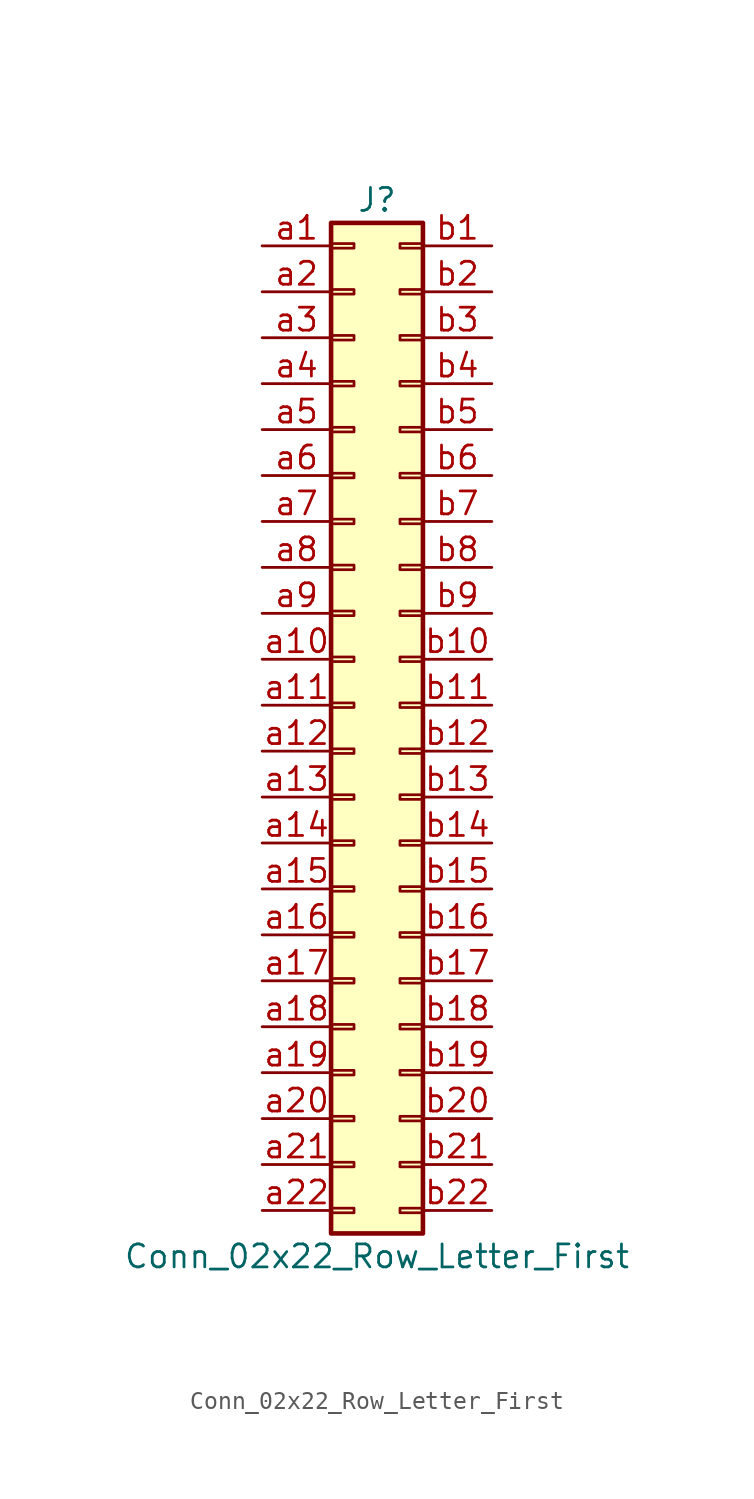
<source format=kicad_sym>
(kicad_symbol_lib
  (version 20211014)
  (generator kicad_symbol_editor)
  (symbol "Conn_02x22_Row_Letter_First"
    (pin_names
      (offset 1.016) hide)
    (property "Reference" "J"
      (at 1.27 27.94 0)
      (effects (font (size 1.27 1.27))))
    (property "Value" "Conn_02x22_Row_Letter_First"
      (at 1.27 -30.48 0)
      (effects (font (size 1.27 1.27))))
    (symbol "Conn_02x22_Row_Letter_First_1_1"
      (rectangle (start -1.27 -27.813) (end 0 -28.067) (stroke (width 0.152) (type default) (color 0 0 0 0)) (fill (type none)))
      (rectangle (start -1.27 -25.273) (end 0 -25.527) (stroke (width 0.152) (type default) (color 0 0 0 0)) (fill (type none)))
      (rectangle (start -1.27 -22.733) (end 0 -22.987) (stroke (width 0.152) (type default) (color 0 0 0 0)) (fill (type none)))
      (rectangle (start -1.27 -20.193) (end 0 -20.447) (stroke (width 0.152) (type default) (color 0 0 0 0)) (fill (type none)))
      (rectangle (start -1.27 -17.653) (end 0 -17.907) (stroke (width 0.152) (type default) (color 0 0 0 0)) (fill (type none)))
      (rectangle (start -1.27 -15.113) (end 0 -15.367) (stroke (width 0.152) (type default) (color 0 0 0 0)) (fill (type none)))
      (rectangle (start -1.27 -12.573) (end 0 -12.827) (stroke (width 0.152) (type default) (color 0 0 0 0)) (fill (type none)))
      (rectangle (start -1.27 -10.033) (end 0 -10.287) (stroke (width 0.152) (type default) (color 0 0 0 0)) (fill (type none)))
      (rectangle (start -1.27 -7.493) (end 0 -7.747) (stroke (width 0.152) (type default) (color 0 0 0 0)) (fill (type none)))
      (rectangle (start -1.27 -4.953) (end 0 -5.207) (stroke (width 0.152) (type default) (color 0 0 0 0)) (fill (type none)))
      (rectangle (start -1.27 -2.413) (end 0 -2.667) (stroke (width 0.152) (type default) (color 0 0 0 0)) (fill (type none)))
      (rectangle (start -1.27 0.127) (end 0 -0.127) (stroke (width 0.152) (type default) (color 0 0 0 0)) (fill (type none)))
      (rectangle (start -1.27 2.667) (end 0 2.413) (stroke (width 0.152) (type default) (color 0 0 0 0)) (fill (type none)))
      (rectangle (start -1.27 5.207) (end 0 4.953) (stroke (width 0.152) (type default) (color 0 0 0 0)) (fill (type none)))
      (rectangle (start -1.27 7.747) (end 0 7.493) (stroke (width 0.152) (type default) (color 0 0 0 0)) (fill (type none)))
      (rectangle (start -1.27 10.287) (end 0 10.033) (stroke (width 0.152) (type default) (color 0 0 0 0)) (fill (type none)))
      (rectangle (start -1.27 12.827) (end 0 12.573) (stroke (width 0.152) (type default) (color 0 0 0 0)) (fill (type none)))
      (rectangle (start -1.27 15.367) (end 0 15.113) (stroke (width 0.152) (type default) (color 0 0 0 0)) (fill (type none)))
      (rectangle (start -1.27 17.907) (end 0 17.653) (stroke (width 0.152) (type default) (color 0 0 0 0)) (fill (type none)))
      (rectangle (start -1.27 20.447) (end 0 20.193) (stroke (width 0.152) (type default) (color 0 0 0 0)) (fill (type none)))
      (rectangle (start -1.27 22.987) (end 0 22.733) (stroke (width 0.152) (type default) (color 0 0 0 0)) (fill (type none)))
      (rectangle (start -1.27 25.527) (end 0 25.273) (stroke (width 0.152) (type default) (color 0 0 0 0)) (fill (type none)))
      (rectangle (start -1.27 26.67) (end 3.81 -29.21) (stroke (width 0.254) (type default) (color 0 0 0 0)) (fill (type background)))
      (rectangle (start 3.81 -27.813) (end 2.54 -28.067) (stroke (width 0.152) (type default) (color 0 0 0 0)) (fill (type none)))
      (rectangle (start 3.81 -25.273) (end 2.54 -25.527) (stroke (width 0.152) (type default) (color 0 0 0 0)) (fill (type none)))
      (rectangle (start 3.81 -22.733) (end 2.54 -22.987) (stroke (width 0.152) (type default) (color 0 0 0 0)) (fill (type none)))
      (rectangle (start 3.81 -20.193) (end 2.54 -20.447) (stroke (width 0.152) (type default) (color 0 0 0 0)) (fill (type none)))
      (rectangle (start 3.81 -17.653) (end 2.54 -17.907) (stroke (width 0.152) (type default) (color 0 0 0 0)) (fill (type none)))
      (rectangle (start 3.81 -15.113) (end 2.54 -15.367) (stroke (width 0.152) (type default) (color 0 0 0 0)) (fill (type none)))
      (rectangle (start 3.81 -12.573) (end 2.54 -12.827) (stroke (width 0.152) (type default) (color 0 0 0 0)) (fill (type none)))
      (rectangle (start 3.81 -10.033) (end 2.54 -10.287) (stroke (width 0.152) (type default) (color 0 0 0 0)) (fill (type none)))
      (rectangle (start 3.81 -7.493) (end 2.54 -7.747) (stroke (width 0.152) (type default) (color 0 0 0 0)) (fill (type none)))
      (rectangle (start 3.81 -4.953) (end 2.54 -5.207) (stroke (width 0.152) (type default) (color 0 0 0 0)) (fill (type none)))
      (rectangle (start 3.81 -2.413) (end 2.54 -2.667) (stroke (width 0.152) (type default) (color 0 0 0 0)) (fill (type none)))
      (rectangle (start 3.81 0.127) (end 2.54 -0.127) (stroke (width 0.152) (type default) (color 0 0 0 0)) (fill (type none)))
      (rectangle (start 3.81 2.667) (end 2.54 2.413) (stroke (width 0.152) (type default) (color 0 0 0 0)) (fill (type none)))
      (rectangle (start 3.81 5.207) (end 2.54 4.953) (stroke (width 0.152) (type default) (color 0 0 0 0)) (fill (type none)))
      (rectangle (start 3.81 7.747) (end 2.54 7.493) (stroke (width 0.152) (type default) (color 0 0 0 0)) (fill (type none)))
      (rectangle (start 3.81 10.287) (end 2.54 10.033) (stroke (width 0.152) (type default) (color 0 0 0 0)) (fill (type none)))
      (rectangle (start 3.81 12.827) (end 2.54 12.573) (stroke (width 0.152) (type default) (color 0 0 0 0)) (fill (type none)))
      (rectangle (start 3.81 15.367) (end 2.54 15.113) (stroke (width 0.152) (type default) (color 0 0 0 0)) (fill (type none)))
      (rectangle (start 3.81 17.907) (end 2.54 17.653) (stroke (width 0.152) (type default) (color 0 0 0 0)) (fill (type none)))
      (rectangle (start 3.81 20.447) (end 2.54 20.193) (stroke (width 0.152) (type default) (color 0 0 0 0)) (fill (type none)))
      (rectangle (start 3.81 22.987) (end 2.54 22.733) (stroke (width 0.152) (type default) (color 0 0 0 0)) (fill (type none)))
      (rectangle (start 3.81 25.527) (end 2.54 25.273) (stroke (width 0.152) (type default) (color 0 0 0 0)) (fill (type none)))
      (pin passive line (at -5.08 25.4 0) (length 3.81) (name "Pin_a1" (effects (font (size 1.27 1.27)))) (number "a1" (effects (font (size 1.27 1.27)))))
      (pin passive line (at -5.08 2.54 0) (length 3.81) (name "Pin_a10" (effects (font (size 1.27 1.27)))) (number "a10" (effects (font (size 1.27 1.27)))))
      (pin passive line (at -5.08 0 0) (length 3.81) (name "Pin_a11" (effects (font (size 1.27 1.27)))) (number "a11" (effects (font (size 1.27 1.27)))))
      (pin passive line (at -5.08 -2.54 0) (length 3.81) (name "Pin_a12" (effects (font (size 1.27 1.27)))) (number "a12" (effects (font (size 1.27 1.27)))))
      (pin passive line (at -5.08 -5.08 0) (length 3.81) (name "Pin_a13" (effects (font (size 1.27 1.27)))) (number "a13" (effects (font (size 1.27 1.27)))))
      (pin passive line (at -5.08 -7.62 0) (length 3.81) (name "Pin_a14" (effects (font (size 1.27 1.27)))) (number "a14" (effects (font (size 1.27 1.27)))))
      (pin passive line (at -5.08 -10.16 0) (length 3.81) (name "Pin_a15" (effects (font (size 1.27 1.27)))) (number "a15" (effects (font (size 1.27 1.27)))))
      (pin passive line (at -5.08 -12.7 0) (length 3.81) (name "Pin_a16" (effects (font (size 1.27 1.27)))) (number "a16" (effects (font (size 1.27 1.27)))))
      (pin passive line (at -5.08 -15.24 0) (length 3.81) (name "Pin_a17" (effects (font (size 1.27 1.27)))) (number "a17" (effects (font (size 1.27 1.27)))))
      (pin passive line (at -5.08 -17.78 0) (length 3.81) (name "Pin_a18" (effects (font (size 1.27 1.27)))) (number "a18" (effects (font (size 1.27 1.27)))))
      (pin passive line (at -5.08 -20.32 0) (length 3.81) (name "Pin_a19" (effects (font (size 1.27 1.27)))) (number "a19" (effects (font (size 1.27 1.27)))))
      (pin passive line (at -5.08 22.86 0) (length 3.81) (name "Pin_a2" (effects (font (size 1.27 1.27)))) (number "a2" (effects (font (size 1.27 1.27)))))
      (pin passive line (at -5.08 -22.86 0) (length 3.81) (name "Pin_a20" (effects (font (size 1.27 1.27)))) (number "a20" (effects (font (size 1.27 1.27)))))
      (pin passive line (at -5.08 -25.4 0) (length 3.81) (name "Pin_a21" (effects (font (size 1.27 1.27)))) (number "a21" (effects (font (size 1.27 1.27)))))
      (pin passive line (at -5.08 -27.94 0) (length 3.81) (name "Pin_a22" (effects (font (size 1.27 1.27)))) (number "a22" (effects (font (size 1.27 1.27)))))
      (pin passive line (at -5.08 20.32 0) (length 3.81) (name "Pin_a3" (effects (font (size 1.27 1.27)))) (number "a3" (effects (font (size 1.27 1.27)))))
      (pin passive line (at -5.08 17.78 0) (length 3.81) (name "Pin_a4" (effects (font (size 1.27 1.27)))) (number "a4" (effects (font (size 1.27 1.27)))))
      (pin passive line (at -5.08 15.24 0) (length 3.81) (name "Pin_a5" (effects (font (size 1.27 1.27)))) (number "a5" (effects (font (size 1.27 1.27)))))
      (pin passive line (at -5.08 12.7 0) (length 3.81) (name "Pin_a6" (effects (font (size 1.27 1.27)))) (number "a6" (effects (font (size 1.27 1.27)))))
      (pin passive line (at -5.08 10.16 0) (length 3.81) (name "Pin_a7" (effects (font (size 1.27 1.27)))) (number "a7" (effects (font (size 1.27 1.27)))))
      (pin passive line (at -5.08 7.62 0) (length 3.81) (name "Pin_a8" (effects (font (size 1.27 1.27)))) (number "a8" (effects (font (size 1.27 1.27)))))
      (pin passive line (at -5.08 5.08 0) (length 3.81) (name "Pin_a9" (effects (font (size 1.27 1.27)))) (number "a9" (effects (font (size 1.27 1.27)))))
      (pin passive line (at 7.62 25.4 180) (length 3.81) (name "Pin_b1" (effects (font (size 1.27 1.27)))) (number "b1" (effects (font (size 1.27 1.27)))))
      (pin passive line (at 7.62 2.54 180) (length 3.81) (name "Pin_b10" (effects (font (size 1.27 1.27)))) (number "b10" (effects (font (size 1.27 1.27)))))
      (pin passive line (at 7.62 0 180) (length 3.81) (name "Pin_b11" (effects (font (size 1.27 1.27)))) (number "b11" (effects (font (size 1.27 1.27)))))
      (pin passive line (at 7.62 -2.54 180) (length 3.81) (name "Pin_b12" (effects (font (size 1.27 1.27)))) (number "b12" (effects (font (size 1.27 1.27)))))
      (pin passive line (at 7.62 -5.08 180) (length 3.81) (name "Pin_b13" (effects (font (size 1.27 1.27)))) (number "b13" (effects (font (size 1.27 1.27)))))
      (pin passive line (at 7.62 -7.62 180) (length 3.81) (name "Pin_b14" (effects (font (size 1.27 1.27)))) (number "b14" (effects (font (size 1.27 1.27)))))
      (pin passive line (at 7.62 -10.16 180) (length 3.81) (name "Pin_b15" (effects (font (size 1.27 1.27)))) (number "b15" (effects (font (size 1.27 1.27)))))
      (pin passive line (at 7.62 -12.7 180) (length 3.81) (name "Pin_b16" (effects (font (size 1.27 1.27)))) (number "b16" (effects (font (size 1.27 1.27)))))
      (pin passive line (at 7.62 -15.24 180) (length 3.81) (name "Pin_b17" (effects (font (size 1.27 1.27)))) (number "b17" (effects (font (size 1.27 1.27)))))
      (pin passive line (at 7.62 -17.78 180) (length 3.81) (name "Pin_b18" (effects (font (size 1.27 1.27)))) (number "b18" (effects (font (size 1.27 1.27)))))
      (pin passive line (at 7.62 -20.32 180) (length 3.81) (name "Pin_b19" (effects (font (size 1.27 1.27)))) (number "b19" (effects (font (size 1.27 1.27)))))
      (pin passive line (at 7.62 22.86 180) (length 3.81) (name "Pin_b2" (effects (font (size 1.27 1.27)))) (number "b2" (effects (font (size 1.27 1.27)))))
      (pin passive line (at 7.62 -22.86 180) (length 3.81) (name "Pin_b20" (effects (font (size 1.27 1.27)))) (number "b20" (effects (font (size 1.27 1.27)))))
      (pin passive line (at 7.62 -25.4 180) (length 3.81) (name "Pin_b21" (effects (font (size 1.27 1.27)))) (number "b21" (effects (font (size 1.27 1.27)))))
      (pin passive line (at 7.62 -27.94 180) (length 3.81) (name "Pin_b22" (effects (font (size 1.27 1.27)))) (number "b22" (effects (font (size 1.27 1.27)))))
      (pin passive line (at 7.62 20.32 180) (length 3.81) (name "Pin_b3" (effects (font (size 1.27 1.27)))) (number "b3" (effects (font (size 1.27 1.27)))))
      (pin passive line (at 7.62 17.78 180) (length 3.81) (name "Pin_b4" (effects (font (size 1.27 1.27)))) (number "b4" (effects (font (size 1.27 1.27)))))
      (pin passive line (at 7.62 15.24 180) (length 3.81) (name "Pin_b5" (effects (font (size 1.27 1.27)))) (number "b5" (effects (font (size 1.27 1.27)))))
      (pin passive line (at 7.62 12.7 180) (length 3.81) (name "Pin_b6" (effects (font (size 1.27 1.27)))) (number "b6" (effects (font (size 1.27 1.27)))))
      (pin passive line (at 7.62 10.16 180) (length 3.81) (name "Pin_b7" (effects (font (size 1.27 1.27)))) (number "b7" (effects (font (size 1.27 1.27)))))
      (pin passive line (at 7.62 7.62 180) (length 3.81) (name "Pin_b8" (effects (font (size 1.27 1.27)))) (number "b8" (effects (font (size 1.27 1.27)))))
      (pin passive line (at 7.62 5.08 180) (length 3.81) (name "Pin_b9" (effects (font (size 1.27 1.27)))) (number "b9" (effects (font (size 1.27 1.27))))))))
</source>
